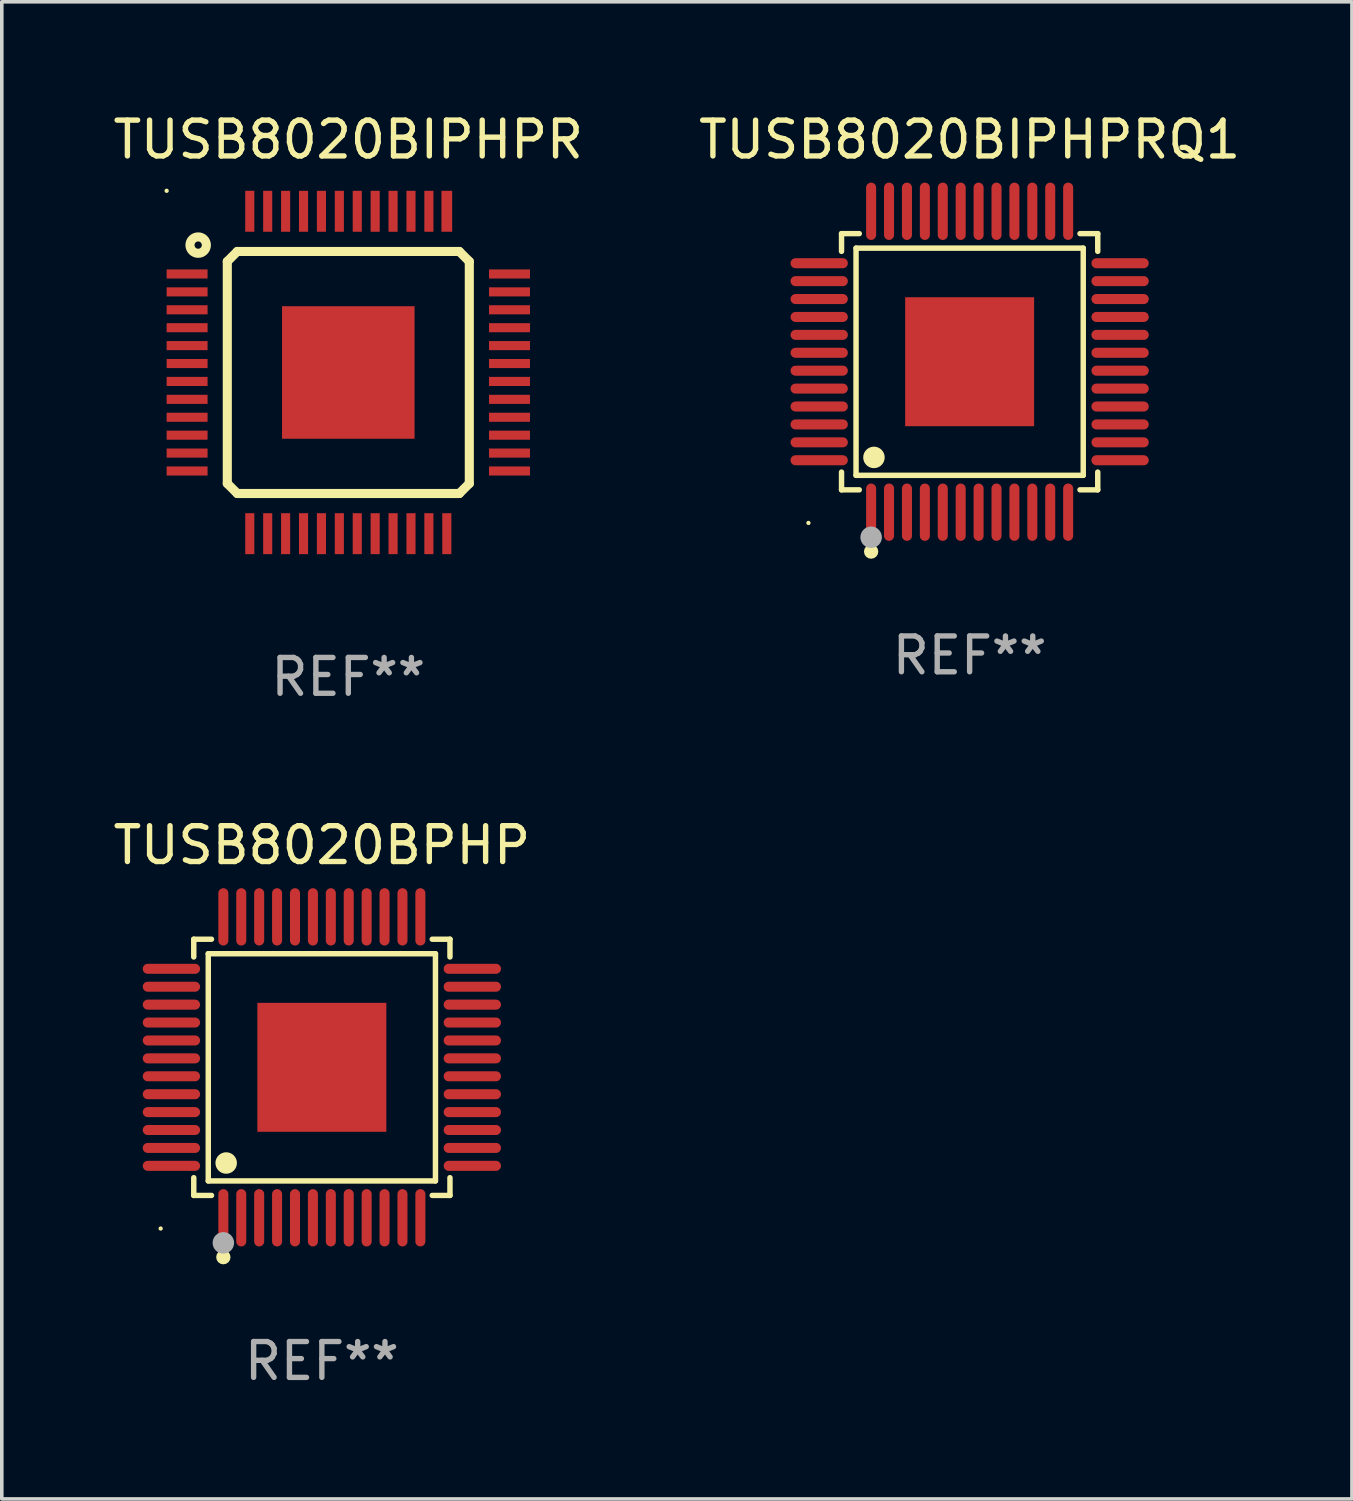
<source format=kicad_pcb>
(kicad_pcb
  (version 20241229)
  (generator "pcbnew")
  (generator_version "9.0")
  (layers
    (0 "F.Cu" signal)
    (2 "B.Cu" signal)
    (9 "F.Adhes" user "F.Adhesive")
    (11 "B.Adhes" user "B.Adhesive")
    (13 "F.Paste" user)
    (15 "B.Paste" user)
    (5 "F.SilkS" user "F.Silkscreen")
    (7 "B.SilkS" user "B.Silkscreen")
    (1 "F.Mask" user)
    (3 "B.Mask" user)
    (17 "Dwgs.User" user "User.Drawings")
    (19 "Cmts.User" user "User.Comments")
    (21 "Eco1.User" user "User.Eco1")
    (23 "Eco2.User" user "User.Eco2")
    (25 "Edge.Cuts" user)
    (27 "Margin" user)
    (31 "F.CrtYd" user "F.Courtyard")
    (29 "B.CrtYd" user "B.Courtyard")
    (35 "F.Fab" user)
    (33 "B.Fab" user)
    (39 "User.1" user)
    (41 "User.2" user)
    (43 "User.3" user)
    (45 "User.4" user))
  (footprint "TUSB8020BIPHPRQ1"
    (layer "F.Cu")
    (at 24.018 7.048)
    (property "Reference" "TUSB8020BIPHPRQ1" (at 0 -6.2 0) (layer "F.SilkS") (effects (font (size 1 1) (thickness 0.15))))
    (attr through_hole)
    (fp_line (start -3.576 -3.576) (end -3.081 -3.576) (stroke (width 0.152) (type solid)) (layer "F.SilkS"))
    (fp_line (start -3.576 -3.081) (end -3.576 -3.576) (stroke (width 0.152) (type solid)) (layer "F.SilkS"))
    (fp_line (start -3.576 3.081) (end -3.576 3.576) (stroke (width 0.152) (type solid)) (layer "F.SilkS"))
    (fp_line (start -3.576 3.576) (end -3.081 3.576) (stroke (width 0.152) (type solid)) (layer "F.SilkS"))
    (fp_line (start -3.171 -3.171) (end 3.171 -3.171) (stroke (width 0.152) (type solid)) (layer "F.SilkS"))
    (fp_line (start -3.171 3.171) (end -3.171 -3.171) (stroke (width 0.152) (type solid)) (layer "F.SilkS"))
    (fp_line (start 3.171 -3.171) (end 3.171 3.171) (stroke (width 0.152) (type solid)) (layer "F.SilkS"))
    (fp_line (start 3.171 3.171) (end -3.171 3.171) (stroke (width 0.152) (type solid)) (layer "F.SilkS"))
    (fp_line (start 3.576 -3.576) (end 3.081 -3.576) (stroke (width 0.152) (type solid)) (layer "F.SilkS"))
    (fp_line (start 3.576 -3.081) (end 3.576 -3.576) (stroke (width 0.152) (type solid)) (layer "F.SilkS"))
    (fp_line (start 3.576 3.081) (end 3.576 3.576) (stroke (width 0.152) (type solid)) (layer "F.SilkS"))
    (fp_line (start 3.576 3.576) (end 3.081 3.576) (stroke (width 0.152) (type solid)) (layer "F.SilkS"))
    (fp_circle (center -4.5 4.5) (end -4.47 4.5) (stroke (width 0.06) (type solid)) (fill no) (layer "F.SilkS"))
    (fp_circle (center -2.75 5.3) (end -2.65 5.3) (stroke (width 0.2) (type solid)) (fill no) (layer "F.SilkS"))
    (fp_circle (center -2.671 2.671) (end -2.521 2.671) (stroke (width 0.3) (type solid)) (fill no) (layer "F.SilkS"))
    (fp_circle (center -2.75 4.9) (end -2.6 4.9) (stroke (width 0.3) (type solid)) (fill no) (layer "F.Fab"))
    (fp_text user "REF**" (at 0 8.2 0) (layer "F.Fab") (effects (font (size 1 1) (thickness 0.15))))
    (pad "1" smd oval (at -2.75 4.2) (size 0.28 1.6) (layers "F.Cu" "F.Mask" "F.Paste"))
    (pad "2" smd oval (at -2.25 4.2) (size 0.28 1.6) (layers "F.Cu" "F.Mask" "F.Paste"))
    (pad "3" smd oval (at -1.75 4.2) (size 0.28 1.6) (layers "F.Cu" "F.Mask" "F.Paste"))
    (pad "4" smd oval (at -1.25 4.2) (size 0.28 1.6) (layers "F.Cu" "F.Mask" "F.Paste"))
    (pad "5" smd oval (at -0.75 4.2) (size 0.28 1.6) (layers "F.Cu" "F.Mask" "F.Paste"))
    (pad "6" smd oval (at -0.25 4.2) (size 0.28 1.6) (layers "F.Cu" "F.Mask" "F.Paste"))
    (pad "7" smd oval (at 0.25 4.2) (size 0.28 1.6) (layers "F.Cu" "F.Mask" "F.Paste"))
    (pad "8" smd oval (at 0.75 4.2) (size 0.28 1.6) (layers "F.Cu" "F.Mask" "F.Paste"))
    (pad "9" smd oval (at 1.25 4.2) (size 0.28 1.6) (layers "F.Cu" "F.Mask" "F.Paste"))
    (pad "10" smd oval (at 1.75 4.2) (size 0.28 1.6) (layers "F.Cu" "F.Mask" "F.Paste"))
    (pad "11" smd oval (at 2.25 4.2) (size 0.28 1.6) (layers "F.Cu" "F.Mask" "F.Paste"))
    (pad "12" smd oval (at 2.75 4.2) (size 0.28 1.6) (layers "F.Cu" "F.Mask" "F.Paste"))
    (pad "13" smd oval (at 4.2 2.75) (size 1.6 0.28) (layers "F.Cu" "F.Mask" "F.Paste"))
    (pad "14" smd oval (at 4.2 2.25) (size 1.6 0.28) (layers "F.Cu" "F.Mask" "F.Paste"))
    (pad "15" smd oval (at 4.2 1.75) (size 1.6 0.28) (layers "F.Cu" "F.Mask" "F.Paste"))
    (pad "16" smd oval (at 4.2 1.25) (size 1.6 0.28) (layers "F.Cu" "F.Mask" "F.Paste"))
    (pad "17" smd oval (at 4.2 0.75) (size 1.6 0.28) (layers "F.Cu" "F.Mask" "F.Paste"))
    (pad "18" smd oval (at 4.2 0.25) (size 1.6 0.28) (layers "F.Cu" "F.Mask" "F.Paste"))
    (pad "19" smd oval (at 4.2 -0.25) (size 1.6 0.28) (layers "F.Cu" "F.Mask" "F.Paste"))
    (pad "20" smd oval (at 4.2 -0.75) (size 1.6 0.28) (layers "F.Cu" "F.Mask" "F.Paste"))
    (pad "21" smd oval (at 4.2 -1.25) (size 1.6 0.28) (layers "F.Cu" "F.Mask" "F.Paste"))
    (pad "22" smd oval (at 4.2 -1.75) (size 1.6 0.28) (layers "F.Cu" "F.Mask" "F.Paste"))
    (pad "23" smd oval (at 4.2 -2.25) (size 1.6 0.28) (layers "F.Cu" "F.Mask" "F.Paste"))
    (pad "24" smd oval (at 4.2 -2.75) (size 1.6 0.28) (layers "F.Cu" "F.Mask" "F.Paste"))
    (pad "25" smd oval (at 2.75 -4.2) (size 0.28 1.6) (layers "F.Cu" "F.Mask" "F.Paste"))
    (pad "26" smd oval (at 2.25 -4.2) (size 0.28 1.6) (layers "F.Cu" "F.Mask" "F.Paste"))
    (pad "27" smd oval (at 1.75 -4.2) (size 0.28 1.6) (layers "F.Cu" "F.Mask" "F.Paste"))
    (pad "28" smd oval (at 1.25 -4.2) (size 0.28 1.6) (layers "F.Cu" "F.Mask" "F.Paste"))
    (pad "29" smd oval (at 0.75 -4.2) (size 0.28 1.6) (layers "F.Cu" "F.Mask" "F.Paste"))
    (pad "30" smd oval (at 0.25 -4.2) (size 0.28 1.6) (layers "F.Cu" "F.Mask" "F.Paste"))
    (pad "31" smd oval (at -0.25 -4.2) (size 0.28 1.6) (layers "F.Cu" "F.Mask" "F.Paste"))
    (pad "32" smd oval (at -0.75 -4.2) (size 0.28 1.6) (layers "F.Cu" "F.Mask" "F.Paste"))
    (pad "33" smd oval (at -1.25 -4.2) (size 0.28 1.6) (layers "F.Cu" "F.Mask" "F.Paste"))
    (pad "34" smd oval (at -1.75 -4.2) (size 0.28 1.6) (layers "F.Cu" "F.Mask" "F.Paste"))
    (pad "35" smd oval (at -2.25 -4.2) (size 0.28 1.6) (layers "F.Cu" "F.Mask" "F.Paste"))
    (pad "36" smd oval (at -2.75 -4.2) (size 0.28 1.6) (layers "F.Cu" "F.Mask" "F.Paste"))
    (pad "37" smd oval (at -4.2 -2.75) (size 1.6 0.28) (layers "F.Cu" "F.Mask" "F.Paste"))
    (pad "38" smd oval (at -4.2 -2.25) (size 1.6 0.28) (layers "F.Cu" "F.Mask" "F.Paste"))
    (pad "39" smd oval (at -4.2 -1.75) (size 1.6 0.28) (layers "F.Cu" "F.Mask" "F.Paste"))
    (pad "40" smd oval (at -4.2 -1.25) (size 1.6 0.28) (layers "F.Cu" "F.Mask" "F.Paste"))
    (pad "41" smd oval (at -4.2 -0.75) (size 1.6 0.28) (layers "F.Cu" "F.Mask" "F.Paste"))
    (pad "42" smd oval (at -4.2 -0.25) (size 1.6 0.28) (layers "F.Cu" "F.Mask" "F.Paste"))
    (pad "43" smd oval (at -4.2 0.25) (size 1.6 0.28) (layers "F.Cu" "F.Mask" "F.Paste"))
    (pad "44" smd oval (at -4.2 0.75) (size 1.6 0.28) (layers "F.Cu" "F.Mask" "F.Paste"))
    (pad "45" smd oval (at -4.2 1.25) (size 1.6 0.28) (layers "F.Cu" "F.Mask" "F.Paste"))
    (pad "46" smd oval (at -4.2 1.75) (size 1.6 0.28) (layers "F.Cu" "F.Mask" "F.Paste"))
    (pad "47" smd oval (at -4.2 2.25) (size 1.6 0.28) (layers "F.Cu" "F.Mask" "F.Paste"))
    (pad "48" smd oval (at -4.2 2.75) (size 1.6 0.28) (layers "F.Cu" "F.Mask" "F.Paste"))
    (pad "49" smd rect (at 0 0) (size 3.6 3.6) (layers "F.Cu" "F.Mask" "F.Paste")))
  (footprint "TUSB8020BPHP"
    (layer "F.Cu")
    (at 5.935 26.745)
    (property "Reference" "TUSB8020BPHP" (at 0 -6.2 0) (layer "F.SilkS") (effects (font (size 1 1) (thickness 0.15))))
    (attr through_hole)
    (fp_line (start -3.576 -3.576) (end -3.081 -3.576) (stroke (width 0.152) (type solid)) (layer "F.SilkS"))
    (fp_line (start -3.576 -3.081) (end -3.576 -3.576) (stroke (width 0.152) (type solid)) (layer "F.SilkS"))
    (fp_line (start -3.576 3.081) (end -3.576 3.576) (stroke (width 0.152) (type solid)) (layer "F.SilkS"))
    (fp_line (start -3.576 3.576) (end -3.081 3.576) (stroke (width 0.152) (type solid)) (layer "F.SilkS"))
    (fp_line (start -3.171 -3.171) (end 3.171 -3.171) (stroke (width 0.152) (type solid)) (layer "F.SilkS"))
    (fp_line (start -3.171 3.171) (end -3.171 -3.171) (stroke (width 0.152) (type solid)) (layer "F.SilkS"))
    (fp_line (start 3.171 -3.171) (end 3.171 3.171) (stroke (width 0.152) (type solid)) (layer "F.SilkS"))
    (fp_line (start 3.171 3.171) (end -3.171 3.171) (stroke (width 0.152) (type solid)) (layer "F.SilkS"))
    (fp_line (start 3.576 -3.576) (end 3.081 -3.576) (stroke (width 0.152) (type solid)) (layer "F.SilkS"))
    (fp_line (start 3.576 -3.081) (end 3.576 -3.576) (stroke (width 0.152) (type solid)) (layer "F.SilkS"))
    (fp_line (start 3.576 3.081) (end 3.576 3.576) (stroke (width 0.152) (type solid)) (layer "F.SilkS"))
    (fp_line (start 3.576 3.576) (end 3.081 3.576) (stroke (width 0.152) (type solid)) (layer "F.SilkS"))
    (fp_circle (center -4.5 4.5) (end -4.47 4.5) (stroke (width 0.06) (type solid)) (fill no) (layer "F.SilkS"))
    (fp_circle (center -2.75 5.3) (end -2.65 5.3) (stroke (width 0.2) (type solid)) (fill no) (layer "F.SilkS"))
    (fp_circle (center -2.671 2.671) (end -2.521 2.671) (stroke (width 0.3) (type solid)) (fill no) (layer "F.SilkS"))
    (fp_circle (center -2.75 4.9) (end -2.6 4.9) (stroke (width 0.3) (type solid)) (fill no) (layer "F.Fab"))
    (fp_text user "REF**" (at 0 8.2 0) (layer "F.Fab") (effects (font (size 1 1) (thickness 0.15))))
    (pad "1" smd oval (at -2.75 4.2) (size 0.28 1.6) (layers "F.Cu" "F.Mask" "F.Paste"))
    (pad "2" smd oval (at -2.25 4.2) (size 0.28 1.6) (layers "F.Cu" "F.Mask" "F.Paste"))
    (pad "3" smd oval (at -1.75 4.2) (size 0.28 1.6) (layers "F.Cu" "F.Mask" "F.Paste"))
    (pad "4" smd oval (at -1.25 4.2) (size 0.28 1.6) (layers "F.Cu" "F.Mask" "F.Paste"))
    (pad "5" smd oval (at -0.75 4.2) (size 0.28 1.6) (layers "F.Cu" "F.Mask" "F.Paste"))
    (pad "6" smd oval (at -0.25 4.2) (size 0.28 1.6) (layers "F.Cu" "F.Mask" "F.Paste"))
    (pad "7" smd oval (at 0.25 4.2) (size 0.28 1.6) (layers "F.Cu" "F.Mask" "F.Paste"))
    (pad "8" smd oval (at 0.75 4.2) (size 0.28 1.6) (layers "F.Cu" "F.Mask" "F.Paste"))
    (pad "9" smd oval (at 1.25 4.2) (size 0.28 1.6) (layers "F.Cu" "F.Mask" "F.Paste"))
    (pad "10" smd oval (at 1.75 4.2) (size 0.28 1.6) (layers "F.Cu" "F.Mask" "F.Paste"))
    (pad "11" smd oval (at 2.25 4.2) (size 0.28 1.6) (layers "F.Cu" "F.Mask" "F.Paste"))
    (pad "12" smd oval (at 2.75 4.2) (size 0.28 1.6) (layers "F.Cu" "F.Mask" "F.Paste"))
    (pad "13" smd oval (at 4.2 2.75) (size 1.6 0.28) (layers "F.Cu" "F.Mask" "F.Paste"))
    (pad "14" smd oval (at 4.2 2.25) (size 1.6 0.28) (layers "F.Cu" "F.Mask" "F.Paste"))
    (pad "15" smd oval (at 4.2 1.75) (size 1.6 0.28) (layers "F.Cu" "F.Mask" "F.Paste"))
    (pad "16" smd oval (at 4.2 1.25) (size 1.6 0.28) (layers "F.Cu" "F.Mask" "F.Paste"))
    (pad "17" smd oval (at 4.2 0.75) (size 1.6 0.28) (layers "F.Cu" "F.Mask" "F.Paste"))
    (pad "18" smd oval (at 4.2 0.25) (size 1.6 0.28) (layers "F.Cu" "F.Mask" "F.Paste"))
    (pad "19" smd oval (at 4.2 -0.25) (size 1.6 0.28) (layers "F.Cu" "F.Mask" "F.Paste"))
    (pad "20" smd oval (at 4.2 -0.75) (size 1.6 0.28) (layers "F.Cu" "F.Mask" "F.Paste"))
    (pad "21" smd oval (at 4.2 -1.25) (size 1.6 0.28) (layers "F.Cu" "F.Mask" "F.Paste"))
    (pad "22" smd oval (at 4.2 -1.75) (size 1.6 0.28) (layers "F.Cu" "F.Mask" "F.Paste"))
    (pad "23" smd oval (at 4.2 -2.25) (size 1.6 0.28) (layers "F.Cu" "F.Mask" "F.Paste"))
    (pad "24" smd oval (at 4.2 -2.75) (size 1.6 0.28) (layers "F.Cu" "F.Mask" "F.Paste"))
    (pad "25" smd oval (at 2.75 -4.2) (size 0.28 1.6) (layers "F.Cu" "F.Mask" "F.Paste"))
    (pad "26" smd oval (at 2.25 -4.2) (size 0.28 1.6) (layers "F.Cu" "F.Mask" "F.Paste"))
    (pad "27" smd oval (at 1.75 -4.2) (size 0.28 1.6) (layers "F.Cu" "F.Mask" "F.Paste"))
    (pad "28" smd oval (at 1.25 -4.2) (size 0.28 1.6) (layers "F.Cu" "F.Mask" "F.Paste"))
    (pad "29" smd oval (at 0.75 -4.2) (size 0.28 1.6) (layers "F.Cu" "F.Mask" "F.Paste"))
    (pad "30" smd oval (at 0.25 -4.2) (size 0.28 1.6) (layers "F.Cu" "F.Mask" "F.Paste"))
    (pad "31" smd oval (at -0.25 -4.2) (size 0.28 1.6) (layers "F.Cu" "F.Mask" "F.Paste"))
    (pad "32" smd oval (at -0.75 -4.2) (size 0.28 1.6) (layers "F.Cu" "F.Mask" "F.Paste"))
    (pad "33" smd oval (at -1.25 -4.2) (size 0.28 1.6) (layers "F.Cu" "F.Mask" "F.Paste"))
    (pad "34" smd oval (at -1.75 -4.2) (size 0.28 1.6) (layers "F.Cu" "F.Mask" "F.Paste"))
    (pad "35" smd oval (at -2.25 -4.2) (size 0.28 1.6) (layers "F.Cu" "F.Mask" "F.Paste"))
    (pad "36" smd oval (at -2.75 -4.2) (size 0.28 1.6) (layers "F.Cu" "F.Mask" "F.Paste"))
    (pad "37" smd oval (at -4.2 -2.75) (size 1.6 0.28) (layers "F.Cu" "F.Mask" "F.Paste"))
    (pad "38" smd oval (at -4.2 -2.25) (size 1.6 0.28) (layers "F.Cu" "F.Mask" "F.Paste"))
    (pad "39" smd oval (at -4.2 -1.75) (size 1.6 0.28) (layers "F.Cu" "F.Mask" "F.Paste"))
    (pad "40" smd oval (at -4.2 -1.25) (size 1.6 0.28) (layers "F.Cu" "F.Mask" "F.Paste"))
    (pad "41" smd oval (at -4.2 -0.75) (size 1.6 0.28) (layers "F.Cu" "F.Mask" "F.Paste"))
    (pad "42" smd oval (at -4.2 -0.25) (size 1.6 0.28) (layers "F.Cu" "F.Mask" "F.Paste"))
    (pad "43" smd oval (at -4.2 0.25) (size 1.6 0.28) (layers "F.Cu" "F.Mask" "F.Paste"))
    (pad "44" smd oval (at -4.2 0.75) (size 1.6 0.28) (layers "F.Cu" "F.Mask" "F.Paste"))
    (pad "45" smd oval (at -4.2 1.25) (size 1.6 0.28) (layers "F.Cu" "F.Mask" "F.Paste"))
    (pad "46" smd oval (at -4.2 1.75) (size 1.6 0.28) (layers "F.Cu" "F.Mask" "F.Paste"))
    (pad "47" smd oval (at -4.2 2.25) (size 1.6 0.28) (layers "F.Cu" "F.Mask" "F.Paste"))
    (pad "48" smd oval (at -4.2 2.75) (size 1.6 0.28) (layers "F.Cu" "F.Mask" "F.Paste"))
    (pad "49" smd rect (at 0 0) (size 3.6 3.6) (layers "F.Cu" "F.Mask" "F.Paste")))
  (footprint "TUSB8020BIPHPR"
    (layer "F.Cu")
    (at 6.673 7.348)
    (property "Reference" "TUSB8020BIPHPR" (at 0 -6.5 0) (layer "F.SilkS") (effects (font (size 1 1) (thickness 0.15))))
    (attr through_hole)
    (fp_line (start -3.378 -3.099) (end -3.099 -3.378) (stroke (width 0.254) (type solid)) (layer "F.SilkS"))
    (fp_line (start -3.378 3.099) (end -3.378 -3.099) (stroke (width 0.254) (type solid)) (layer "F.SilkS"))
    (fp_line (start -3.099 -3.378) (end 3.099 -3.378) (stroke (width 0.254) (type solid)) (layer "F.SilkS"))
    (fp_line (start -3.099 3.378) (end -3.378 3.099) (stroke (width 0.254) (type solid)) (layer "F.SilkS"))
    (fp_line (start 3.099 -3.378) (end 3.378 -3.099) (stroke (width 0.254) (type solid)) (layer "F.SilkS"))
    (fp_line (start 3.099 3.378) (end -3.099 3.378) (stroke (width 0.254) (type solid)) (layer "F.SilkS"))
    (fp_line (start 3.378 -3.099) (end 3.378 3.099) (stroke (width 0.254) (type solid)) (layer "F.SilkS"))
    (fp_line (start 3.378 3.099) (end 3.099 3.378) (stroke (width 0.254) (type solid)) (layer "F.SilkS"))
    (fp_circle (center -5.071 -5.072) (end -5.041 -5.072) (stroke (width 0.06) (type solid)) (fill no) (layer "F.SilkS"))
    (fp_circle (center -4.191 -3.556) (end -3.962 -3.556) (stroke (width 0.254) (type solid)) (fill no) (layer "F.SilkS"))
    (fp_text user "REF**" (at 0 8.5 0) (layer "F.Fab") (effects (font (size 1 1) (thickness 0.15))))
    (pad "1" smd rect (at -4.5 -2.75 270) (size 0.254 1.143) (layers "F.Cu" "F.Mask" "F.Paste"))
    (pad "2" smd rect (at -4.5 -2.25 270) (size 0.254 1.143) (layers "F.Cu" "F.Mask" "F.Paste"))
    (pad "3" smd rect (at -4.5 -1.75 270) (size 0.254 1.143) (layers "F.Cu" "F.Mask" "F.Paste"))
    (pad "4" smd rect (at -4.5 -1.25 270) (size 0.254 1.143) (layers "F.Cu" "F.Mask" "F.Paste"))
    (pad "5" smd rect (at -4.5 -0.75 270) (size 0.254 1.143) (layers "F.Cu" "F.Mask" "F.Paste"))
    (pad "6" smd rect (at -4.5 -0.25 270) (size 0.254 1.143) (layers "F.Cu" "F.Mask" "F.Paste"))
    (pad "7" smd rect (at -4.5 0.25 270) (size 0.254 1.143) (layers "F.Cu" "F.Mask" "F.Paste"))
    (pad "8" smd rect (at -4.5 0.75 270) (size 0.254 1.143) (layers "F.Cu" "F.Mask" "F.Paste"))
    (pad "9" smd rect (at -4.5 1.25 270) (size 0.254 1.143) (layers "F.Cu" "F.Mask" "F.Paste"))
    (pad "10" smd rect (at -4.5 1.75 270) (size 0.254 1.143) (layers "F.Cu" "F.Mask" "F.Paste"))
    (pad "11" smd rect (at -4.5 2.25 270) (size 0.254 1.143) (layers "F.Cu" "F.Mask" "F.Paste"))
    (pad "12" smd rect (at -4.5 2.75 270) (size 0.254 1.143) (layers "F.Cu" "F.Mask" "F.Paste"))
    (pad "13" smd rect (at -2.75 4.5 270) (size 1.143 0.254) (layers "F.Cu" "F.Mask" "F.Paste"))
    (pad "14" smd rect (at -2.25 4.5 270) (size 1.143 0.254) (layers "F.Cu" "F.Mask" "F.Paste"))
    (pad "15" smd rect (at -1.75 4.5 270) (size 1.143 0.254) (layers "F.Cu" "F.Mask" "F.Paste"))
    (pad "16" smd rect (at -1.25 4.5 270) (size 1.143 0.254) (layers "F.Cu" "F.Mask" "F.Paste"))
    (pad "17" smd rect (at -0.75 4.5 270) (size 1.143 0.254) (layers "F.Cu" "F.Mask" "F.Paste"))
    (pad "18" smd rect (at -0.25 4.5 270) (size 1.143 0.254) (layers "F.Cu" "F.Mask" "F.Paste"))
    (pad "19" smd rect (at 0.25 4.5 270) (size 1.143 0.254) (layers "F.Cu" "F.Mask" "F.Paste"))
    (pad "20" smd rect (at 0.75 4.5 270) (size 1.143 0.254) (layers "F.Cu" "F.Mask" "F.Paste"))
    (pad "21" smd rect (at 1.25 4.5 270) (size 1.143 0.254) (layers "F.Cu" "F.Mask" "F.Paste"))
    (pad "22" smd rect (at 1.75 4.5 270) (size 1.143 0.254) (layers "F.Cu" "F.Mask" "F.Paste"))
    (pad "23" smd rect (at 2.25 4.5 270) (size 1.143 0.254) (layers "F.Cu" "F.Mask" "F.Paste"))
    (pad "24" smd rect (at 2.75 4.5 270) (size 1.143 0.254) (layers "F.Cu" "F.Mask" "F.Paste"))
    (pad "25" smd rect (at 4.5 2.75 270) (size 0.254 1.143) (layers "F.Cu" "F.Mask" "F.Paste"))
    (pad "26" smd rect (at 4.5 2.25 270) (size 0.254 1.143) (layers "F.Cu" "F.Mask" "F.Paste"))
    (pad "27" smd rect (at 4.5 1.75 270) (size 0.254 1.143) (layers "F.Cu" "F.Mask" "F.Paste"))
    (pad "28" smd rect (at 4.5 1.25 270) (size 0.254 1.143) (layers "F.Cu" "F.Mask" "F.Paste"))
    (pad "29" smd rect (at 4.5 0.75 270) (size 0.254 1.143) (layers "F.Cu" "F.Mask" "F.Paste"))
    (pad "30" smd rect (at 4.5 0.25 270) (size 0.254 1.143) (layers "F.Cu" "F.Mask" "F.Paste"))
    (pad "31" smd rect (at 4.5 -0.25 270) (size 0.254 1.143) (layers "F.Cu" "F.Mask" "F.Paste"))
    (pad "32" smd rect (at 4.5 -0.75 270) (size 0.254 1.143) (layers "F.Cu" "F.Mask" "F.Paste"))
    (pad "33" smd rect (at 4.5 -1.25 270) (size 0.254 1.143) (layers "F.Cu" "F.Mask" "F.Paste"))
    (pad "34" smd rect (at 4.5 -1.75 270) (size 0.254 1.143) (layers "F.Cu" "F.Mask" "F.Paste"))
    (pad "35" smd rect (at 4.5 -2.25 270) (size 0.254 1.143) (layers "F.Cu" "F.Mask" "F.Paste"))
    (pad "36" smd rect (at 4.5 -2.75 270) (size 0.254 1.143) (layers "F.Cu" "F.Mask" "F.Paste"))
    (pad "37" smd rect (at 2.75 -4.5 270) (size 1.143 0.3) (layers "F.Cu" "F.Mask" "F.Paste"))
    (pad "38" smd rect (at 2.25 -4.5 270) (size 1.143 0.254) (layers "F.Cu" "F.Mask" "F.Paste"))
    (pad "39" smd rect (at 1.75 -4.5 270) (size 1.143 0.254) (layers "F.Cu" "F.Mask" "F.Paste"))
    (pad "40" smd rect (at 1.25 -4.5 270) (size 1.143 0.254) (layers "F.Cu" "F.Mask" "F.Paste"))
    (pad "41" smd rect (at 0.75 -4.5 270) (size 1.143 0.254) (layers "F.Cu" "F.Mask" "F.Paste"))
    (pad "42" smd rect (at 0.25 -4.5 270) (size 1.143 0.254) (layers "F.Cu" "F.Mask" "F.Paste"))
    (pad "43" smd rect (at -0.25 -4.5 270) (size 1.143 0.254) (layers "F.Cu" "F.Mask" "F.Paste"))
    (pad "44" smd rect (at -0.75 -4.5 270) (size 1.143 0.254) (layers "F.Cu" "F.Mask" "F.Paste"))
    (pad "45" smd rect (at -1.25 -4.5 270) (size 1.143 0.254) (layers "F.Cu" "F.Mask" "F.Paste"))
    (pad "46" smd rect (at -1.75 -4.5 270) (size 1.143 0.254) (layers "F.Cu" "F.Mask" "F.Paste"))
    (pad "47" smd rect (at -2.25 -4.5 270) (size 1.143 0.254) (layers "F.Cu" "F.Mask" "F.Paste"))
    (pad "48" smd rect (at -2.75 -4.5 270) (size 1.143 0.254) (layers "F.Cu" "F.Mask" "F.Paste"))
    (pad "49" smd rect (at 0.000127 -0.000127 270) (size 3.7 3.7) (layers "F.Cu" "F.Mask" "F.Paste")))
  (gr_rect
    (start -3 -3)
    (end 34.69 38.793)
    (stroke (width 0.1) (type default))
    (fill no)
    (layer "Edge.Cuts")))
</source>
